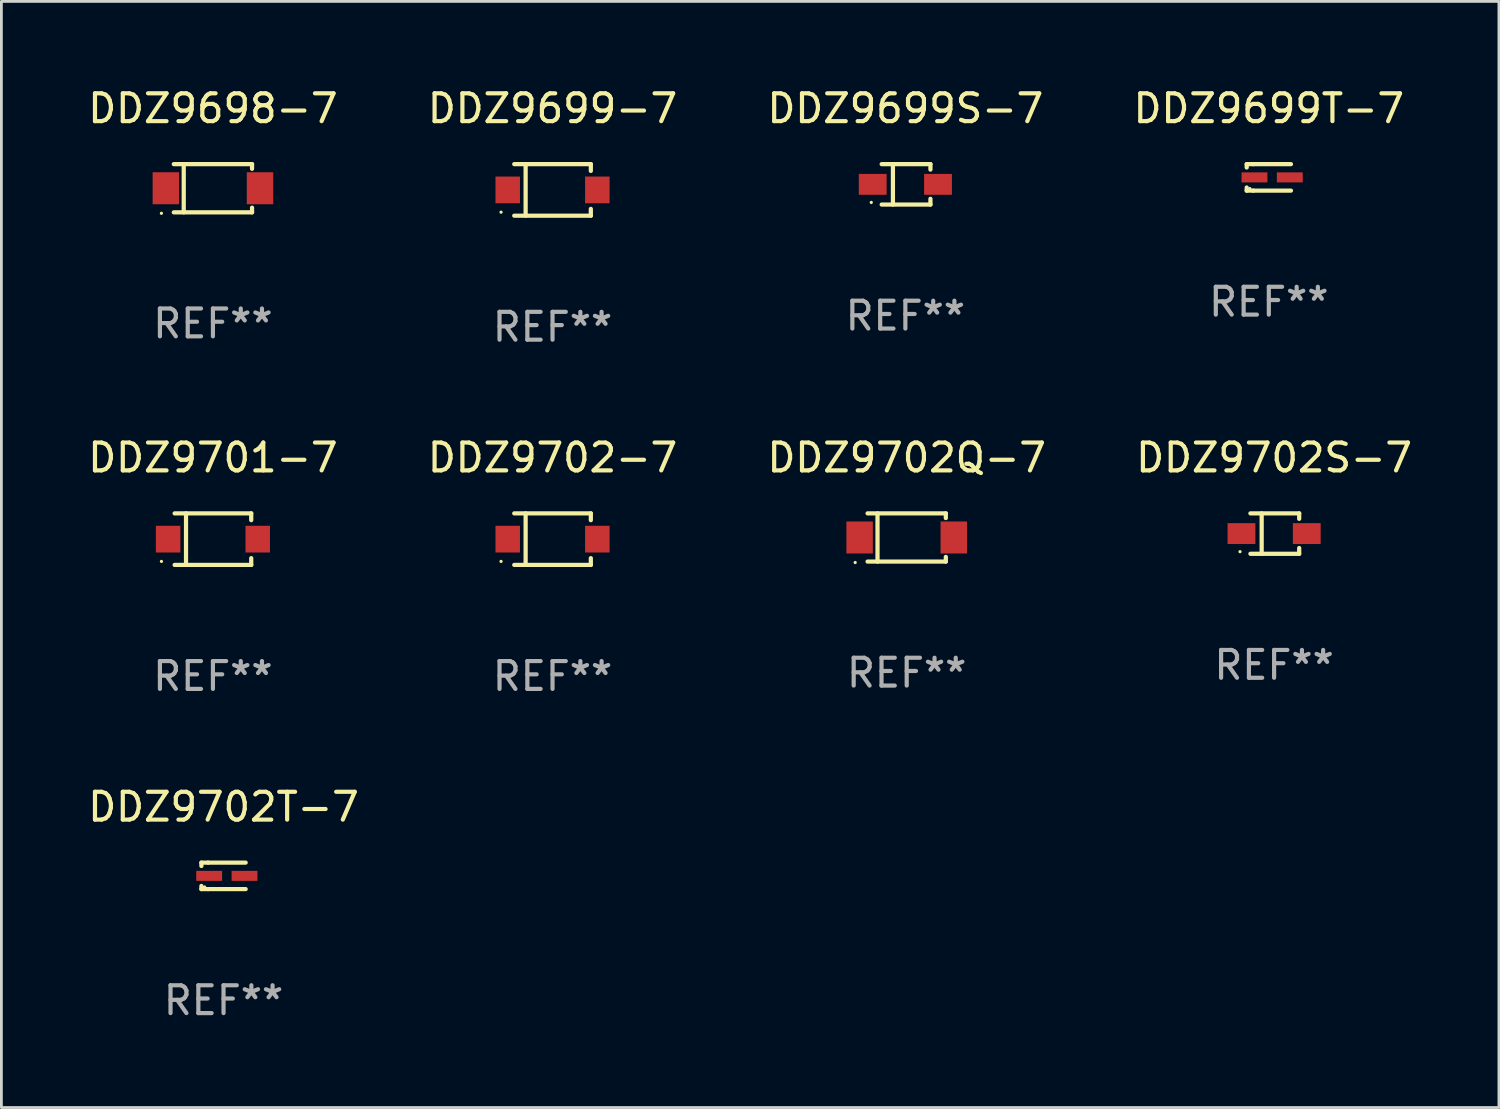
<source format=kicad_pcb>
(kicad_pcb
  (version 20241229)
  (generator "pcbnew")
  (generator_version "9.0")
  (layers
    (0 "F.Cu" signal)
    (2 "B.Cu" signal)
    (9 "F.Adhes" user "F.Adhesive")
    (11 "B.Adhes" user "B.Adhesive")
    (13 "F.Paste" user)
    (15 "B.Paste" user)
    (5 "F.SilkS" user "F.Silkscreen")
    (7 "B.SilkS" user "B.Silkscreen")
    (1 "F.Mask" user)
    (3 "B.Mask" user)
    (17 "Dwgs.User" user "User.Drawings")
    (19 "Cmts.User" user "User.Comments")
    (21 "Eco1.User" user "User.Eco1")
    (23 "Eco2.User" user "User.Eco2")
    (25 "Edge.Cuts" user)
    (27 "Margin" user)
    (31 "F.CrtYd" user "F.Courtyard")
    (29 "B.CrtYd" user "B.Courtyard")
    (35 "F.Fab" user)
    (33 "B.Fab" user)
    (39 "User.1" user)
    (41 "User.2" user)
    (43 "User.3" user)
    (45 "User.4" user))
  (footprint "DDZ9702S-7"
    (layer "F.Cu")
    (at 42.732 16.123)
    (property "Reference" "DDZ9702S-7" (at 0 -2.726 0) (layer "F.SilkS") (effects (font (size 1 1) (thickness 0.15))))
    (attr through_hole)
    (fp_line (start -0.851 -0.726) (end 0.901 -0.726) (stroke (width 0.152) (type solid)) (layer "F.SilkS"))
    (fp_line (start -0.851 0.726) (end 0.901 0.726) (stroke (width 0.152) (type solid)) (layer "F.SilkS"))
    (fp_line (start -0.447 -0.726) (end -0.447 0.726) (stroke (width 0.152) (type solid)) (layer "F.SilkS"))
    (fp_line (start 0.901 -0.726) (end 0.901 -0.53) (stroke (width 0.152) (type solid)) (layer "F.SilkS"))
    (fp_line (start 0.901 0.726) (end 0.901 0.52) (stroke (width 0.152) (type solid)) (layer "F.SilkS"))
    (fp_circle (center -1.225 0.65) (end -1.195 0.65) (stroke (width 0.06) (type solid)) (fill no) (layer "F.SilkS"))
    (fp_text user "REF**" (at 0 4.726 0) (layer "F.Fab") (effects (font (size 1 1) (thickness 0.15))))
    (pad "1" smd rect (at -1.173 0) (size 1 0.75) (layers "F.Cu" "F.Mask" "F.Paste"))
    (pad "2" smd rect (at 1.173 0) (size 1 0.75) (layers "F.Cu" "F.Mask" "F.Paste")))
  (footprint "DDZ9699S-7"
    (layer "F.Cu")
    (at 29.482 3.574)
    (property "Reference" "DDZ9699S-7" (at 0 -2.726 0) (layer "F.SilkS") (effects (font (size 1 1) (thickness 0.15))))
    (attr through_hole)
    (fp_line (start -0.851 -0.726) (end 0.901 -0.726) (stroke (width 0.152) (type solid)) (layer "F.SilkS"))
    (fp_line (start -0.851 0.726) (end 0.901 0.726) (stroke (width 0.152) (type solid)) (layer "F.SilkS"))
    (fp_line (start -0.447 -0.726) (end -0.447 0.726) (stroke (width 0.152) (type solid)) (layer "F.SilkS"))
    (fp_line (start 0.901 -0.726) (end 0.901 -0.53) (stroke (width 0.152) (type solid)) (layer "F.SilkS"))
    (fp_line (start 0.901 0.726) (end 0.901 0.52) (stroke (width 0.152) (type solid)) (layer "F.SilkS"))
    (fp_circle (center -1.225 0.65) (end -1.195 0.65) (stroke (width 0.06) (type solid)) (fill no) (layer "F.SilkS"))
    (fp_text user "REF**" (at 0 4.726 0) (layer "F.Fab") (effects (font (size 1 1) (thickness 0.15))))
    (pad "1" smd rect (at -1.173 0) (size 1 0.75) (layers "F.Cu" "F.Mask" "F.Paste"))
    (pad "2" smd rect (at 1.173 0) (size 1 0.75) (layers "F.Cu" "F.Mask" "F.Paste")))
  (footprint "DDZ9702T-7"
    (layer "F.Cu")
    (at 4.982 28.422)
    (property "Reference" "DDZ9702T-7" (at 0 -2.476 0) (layer "F.SilkS") (effects (font (size 1 1) (thickness 0.15))))
    (attr through_hole)
    (fp_line (start -0.795 -0.476) (end -0.795 -0.356) (stroke (width 0.152) (type solid)) (layer "F.SilkS"))
    (fp_line (start -0.795 0.363) (end -0.795 0.476) (stroke (width 0.152) (type solid)) (layer "F.SilkS"))
    (fp_line (start -0.795 0.476) (end -0.557 0.476) (stroke (width 0.152) (type solid)) (layer "F.SilkS"))
    (fp_line (start -0.557 -0.476) (end -0.795 -0.476) (stroke (width 0.152) (type solid)) (layer "F.SilkS"))
    (fp_line (start -0.557 -0.476) (end 0.795 -0.476) (stroke (width 0.152) (type solid)) (layer "F.SilkS"))
    (fp_line (start -0.557 0.476) (end 0.795 0.476) (stroke (width 0.152) (type solid)) (layer "F.SilkS"))
    (fp_circle (center -0.681 0.4) (end -0.651 0.4) (stroke (width 0.06) (type solid)) (fill no) (layer "F.SilkS"))
    (fp_text user "REF**" (at 0 4.476 0) (layer "F.Fab") (effects (font (size 1 1) (thickness 0.15))))
    (pad "1" smd rect (at -0.516 0 180) (size 0.93 0.36) (layers "F.Cu" "F.Mask" "F.Paste"))
    (pad "2" smd rect (at 0.754 0 180) (size 0.93 0.36) (layers "F.Cu" "F.Mask" "F.Paste")))
  (footprint "DDZ9699-7"
    (layer "F.Cu")
    (at 16.804 3.774)
    (property "Reference" "DDZ9699-7" (at 0 -2.926 0) (layer "F.SilkS") (effects (font (size 1 1) (thickness 0.15))))
    (attr through_hole)
    (fp_line (start -1.376 -0.926) (end 1.376 -0.926) (stroke (width 0.152) (type solid)) (layer "F.SilkS"))
    (fp_line (start -1.376 0.926) (end 1.376 0.926) (stroke (width 0.152) (type solid)) (layer "F.SilkS"))
    (fp_line (start -0.967 -0.926) (end -0.967 0.926) (stroke (width 0.152) (type solid)) (layer "F.SilkS"))
    (fp_line (start 1.376 -0.926) (end 1.376 -0.683) (stroke (width 0.152) (type solid)) (layer "F.SilkS"))
    (fp_line (start 1.376 0.926) (end 1.376 0.683) (stroke (width 0.152) (type solid)) (layer "F.SilkS"))
    (fp_circle (center -1.85 0.8) (end -1.82 0.8) (stroke (width 0.06) (type solid)) (fill no) (layer "F.SilkS"))
    (fp_text user "REF**" (at 0 4.926 0) (layer "F.Fab") (effects (font (size 1 1) (thickness 0.15))))
    (pad "1" smd rect (at -1.61 -0.000076) (size 0.88 0.96) (layers "F.Cu" "F.Mask" "F.Paste"))
    (pad "2" smd rect (at 1.61 -0.000076) (size 0.88 0.96) (layers "F.Cu" "F.Mask" "F.Paste")))
  (footprint "DDZ9701-7"
    (layer "F.Cu")
    (at 4.601 16.323)
    (property "Reference" "DDZ9701-7" (at 0 -2.926 0) (layer "F.SilkS") (effects (font (size 1 1) (thickness 0.15))))
    (attr through_hole)
    (fp_line (start -1.376 -0.926) (end 1.376 -0.926) (stroke (width 0.152) (type solid)) (layer "F.SilkS"))
    (fp_line (start -1.376 0.926) (end 1.376 0.926) (stroke (width 0.152) (type solid)) (layer "F.SilkS"))
    (fp_line (start -0.967 -0.926) (end -0.967 0.926) (stroke (width 0.152) (type solid)) (layer "F.SilkS"))
    (fp_line (start 1.376 -0.926) (end 1.376 -0.683) (stroke (width 0.152) (type solid)) (layer "F.SilkS"))
    (fp_line (start 1.376 0.926) (end 1.376 0.683) (stroke (width 0.152) (type solid)) (layer "F.SilkS"))
    (fp_circle (center -1.85 0.8) (end -1.82 0.8) (stroke (width 0.06) (type solid)) (fill no) (layer "F.SilkS"))
    (fp_text user "REF**" (at 0 4.926 0) (layer "F.Fab") (effects (font (size 1 1) (thickness 0.15))))
    (pad "1" smd rect (at -1.61 0) (size 0.88 0.96) (layers "F.Cu" "F.Mask" "F.Paste"))
    (pad "2" smd rect (at 1.61 0) (size 0.88 0.96) (layers "F.Cu" "F.Mask" "F.Paste")))
  (footprint "DDZ9702Q-7"
    (layer "F.Cu")
    (at 29.53 16.263)
    (property "Reference" "DDZ9702Q-7" (at 0 -2.866 0) (layer "F.SilkS") (effects (font (size 1 1) (thickness 0.15))))
    (attr through_hole)
    (fp_line (start -1.406 -0.866) (end 1.406 -0.866) (stroke (width 0.152) (type solid)) (layer "F.SilkS"))
    (fp_line (start -1.406 0.866) (end 1.406 0.866) (stroke (width 0.152) (type solid)) (layer "F.SilkS"))
    (fp_line (start -1.049 -0.866) (end -1.049 0.866) (stroke (width 0.152) (type solid)) (layer "F.SilkS"))
    (fp_line (start 1.406 -0.866) (end 1.406 -0.698) (stroke (width 0.152) (type solid)) (layer "F.SilkS"))
    (fp_line (start 1.406 0.866) (end 1.406 0.698) (stroke (width 0.152) (type solid)) (layer "F.SilkS"))
    (fp_circle (center -1.851 0.9) (end -1.821 0.9) (stroke (width 0.06) (type solid)) (fill no) (layer "F.SilkS"))
    (fp_text user "REF**" (at 0 4.866 0) (layer "F.Fab") (effects (font (size 1 1) (thickness 0.15))))
    (pad "1" smd rect (at -1.692 0) (size 0.95 1.15) (layers "F.Cu" "F.Mask" "F.Paste"))
    (pad "2" smd rect (at 1.692 0) (size 0.95 1.15) (layers "F.Cu" "F.Mask" "F.Paste")))
  (footprint "DDZ9698-7"
    (layer "F.Cu")
    (at 4.601 3.714)
    (property "Reference" "DDZ9698-7" (at 0 -2.866 0) (layer "F.SilkS") (effects (font (size 1 1) (thickness 0.15))))
    (attr through_hole)
    (fp_line (start -1.406 -0.866) (end 1.406 -0.866) (stroke (width 0.152) (type solid)) (layer "F.SilkS"))
    (fp_line (start -1.406 0.866) (end 1.406 0.866) (stroke (width 0.152) (type solid)) (layer "F.SilkS"))
    (fp_line (start -1.049 -0.866) (end -1.049 0.866) (stroke (width 0.152) (type solid)) (layer "F.SilkS"))
    (fp_line (start 1.406 -0.866) (end 1.406 -0.698) (stroke (width 0.152) (type solid)) (layer "F.SilkS"))
    (fp_line (start 1.406 0.866) (end 1.406 0.698) (stroke (width 0.152) (type solid)) (layer "F.SilkS"))
    (fp_circle (center -1.851 0.9) (end -1.821 0.9) (stroke (width 0.06) (type solid)) (fill no) (layer "F.SilkS"))
    (fp_text user "REF**" (at 0 4.866 0) (layer "F.Fab") (effects (font (size 1 1) (thickness 0.15))))
    (pad "1" smd rect (at -1.692 0) (size 0.95 1.15) (layers "F.Cu" "F.Mask" "F.Paste"))
    (pad "2" smd rect (at 1.692 0) (size 0.95 1.15) (layers "F.Cu" "F.Mask" "F.Paste")))
  (footprint "DDZ9699T-7"
    (layer "F.Cu")
    (at 42.542 3.324)
    (property "Reference" "DDZ9699T-7" (at 0 -2.476 0) (layer "F.SilkS") (effects (font (size 1 1) (thickness 0.15))))
    (attr through_hole)
    (fp_line (start -0.795 -0.476) (end -0.795 -0.356) (stroke (width 0.152) (type solid)) (layer "F.SilkS"))
    (fp_line (start -0.795 0.363) (end -0.795 0.476) (stroke (width 0.152) (type solid)) (layer "F.SilkS"))
    (fp_line (start -0.795 0.476) (end -0.557 0.476) (stroke (width 0.152) (type solid)) (layer "F.SilkS"))
    (fp_line (start -0.557 -0.476) (end -0.795 -0.476) (stroke (width 0.152) (type solid)) (layer "F.SilkS"))
    (fp_line (start -0.557 -0.476) (end 0.795 -0.476) (stroke (width 0.152) (type solid)) (layer "F.SilkS"))
    (fp_line (start -0.557 0.476) (end 0.795 0.476) (stroke (width 0.152) (type solid)) (layer "F.SilkS"))
    (fp_circle (center -0.681 0.4) (end -0.651 0.4) (stroke (width 0.06) (type solid)) (fill no) (layer "F.SilkS"))
    (fp_text user "REF**" (at 0 4.476 0) (layer "F.Fab") (effects (font (size 1 1) (thickness 0.15))))
    (pad "1" smd rect (at -0.516 0 180) (size 0.93 0.36) (layers "F.Cu" "F.Mask" "F.Paste"))
    (pad "2" smd rect (at 0.754 0 180) (size 0.93 0.36) (layers "F.Cu" "F.Mask" "F.Paste")))
  (footprint "DDZ9702-7"
    (layer "F.Cu")
    (at 16.804 16.323)
    (property "Reference" "DDZ9702-7" (at 0 -2.926 0) (layer "F.SilkS") (effects (font (size 1 1) (thickness 0.15))))
    (attr through_hole)
    (fp_line (start -1.376 -0.926) (end 1.376 -0.926) (stroke (width 0.152) (type solid)) (layer "F.SilkS"))
    (fp_line (start -1.376 0.926) (end 1.376 0.926) (stroke (width 0.152) (type solid)) (layer "F.SilkS"))
    (fp_line (start -0.967 -0.926) (end -0.967 0.926) (stroke (width 0.152) (type solid)) (layer "F.SilkS"))
    (fp_line (start 1.376 -0.926) (end 1.376 -0.683) (stroke (width 0.152) (type solid)) (layer "F.SilkS"))
    (fp_line (start 1.376 0.926) (end 1.376 0.683) (stroke (width 0.152) (type solid)) (layer "F.SilkS"))
    (fp_circle (center -1.85 0.8) (end -1.82 0.8) (stroke (width 0.06) (type solid)) (fill no) (layer "F.SilkS"))
    (fp_text user "REF**" (at 0 4.926 0) (layer "F.Fab") (effects (font (size 1 1) (thickness 0.15))))
    (pad "1" smd rect (at -1.61 0) (size 0.88 0.96) (layers "F.Cu" "F.Mask" "F.Paste"))
    (pad "2" smd rect (at 1.61 0) (size 0.88 0.96) (layers "F.Cu" "F.Mask" "F.Paste")))
  (gr_rect
    (start -3 -3)
    (end 50.81 36.747)
    (stroke (width 0.1) (type default))
    (fill no)
    (layer "Edge.Cuts")))
</source>
